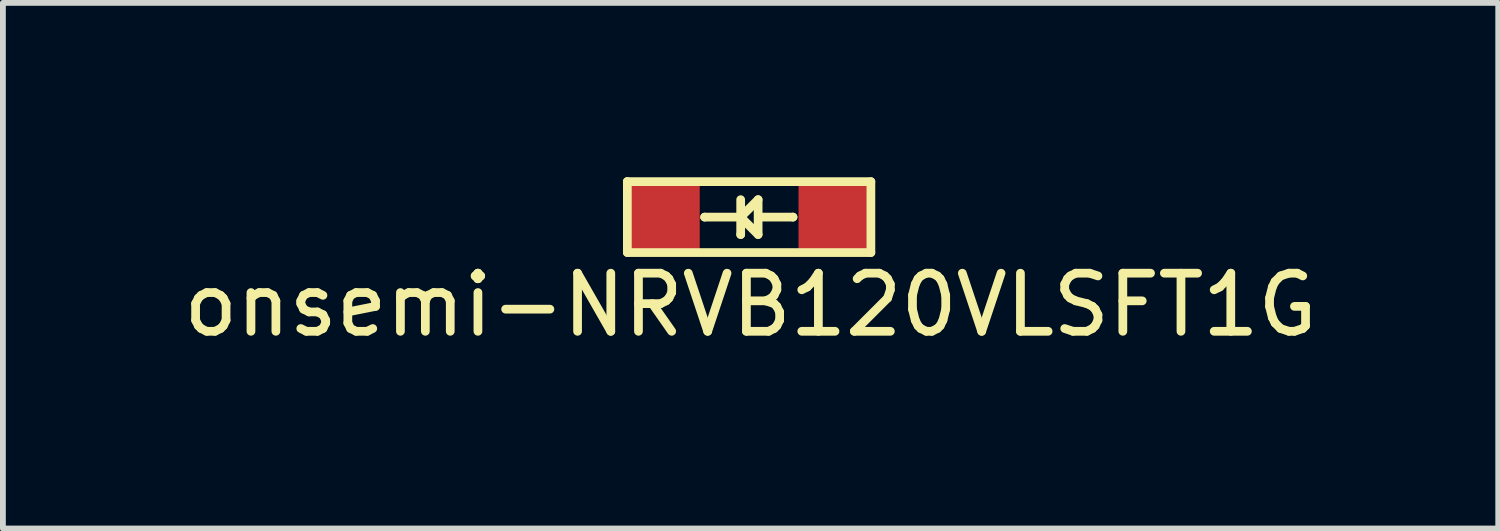
<source format=kicad_pcb>
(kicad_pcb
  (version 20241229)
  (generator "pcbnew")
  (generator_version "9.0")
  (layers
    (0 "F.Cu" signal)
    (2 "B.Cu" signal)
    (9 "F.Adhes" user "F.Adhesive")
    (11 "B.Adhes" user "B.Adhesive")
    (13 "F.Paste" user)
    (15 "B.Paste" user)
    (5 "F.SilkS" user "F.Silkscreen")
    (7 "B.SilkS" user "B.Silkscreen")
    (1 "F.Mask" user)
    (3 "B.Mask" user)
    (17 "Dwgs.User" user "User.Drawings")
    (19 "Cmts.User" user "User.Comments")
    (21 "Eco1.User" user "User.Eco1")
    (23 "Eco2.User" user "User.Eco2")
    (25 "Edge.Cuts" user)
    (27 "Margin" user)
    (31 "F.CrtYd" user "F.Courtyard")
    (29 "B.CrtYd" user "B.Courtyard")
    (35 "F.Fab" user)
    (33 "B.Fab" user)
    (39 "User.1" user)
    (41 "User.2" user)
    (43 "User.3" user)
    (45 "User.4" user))
  (footprint "onsemi-NRVB120VLSFT1G"
    (layer "F.Cu")
    (at 9.843 0.685)
    (property "Reference" "onsemi-NRVB120VLSFT1G" (at 0.02 1.51 0) (layer "F.SilkS") (effects (font (size 1 1) (thickness 0.15))))
    (attr through_hole)
    (fp_line (start -2.1 -0.61) (end -2.1 -0.61) (stroke (width 0.15) (type solid)) (layer "F.SilkS"))
    (fp_line (start -2.1 -0.61) (end 2.09 -0.61) (stroke (width 0.15) (type solid)) (layer "F.SilkS"))
    (fp_line (start -2.1 0.61) (end -2.1 -0.61) (stroke (width 0.15) (type solid)) (layer "F.SilkS"))
    (fp_line (start -0.77 0) (end -0.77 0) (stroke (width 0.15) (type solid)) (layer "F.SilkS"))
    (fp_line (start -0.17 0) (end -0.77 0) (stroke (width 0.15) (type solid)) (layer "F.SilkS"))
    (fp_line (start -0.15 -0.3) (end -0.15 0.3) (stroke (width 0.15) (type solid)) (layer "F.SilkS"))
    (fp_line (start -0.15 0) (end 0.15 -0.3) (stroke (width 0.15) (type solid)) (layer "F.SilkS"))
    (fp_line (start -0.15 0.3) (end -0.15 0.3) (stroke (width 0.15) (type solid)) (layer "F.SilkS"))
    (fp_line (start -0.14 0.01) (end -0.14 0.01) (stroke (width 0.15) (type solid)) (layer "F.SilkS"))
    (fp_line (start 0.15 -0.3) (end 0.15 0.3) (stroke (width 0.15) (type solid)) (layer "F.SilkS"))
    (fp_line (start 0.15 0.3) (end -0.14 0.01) (stroke (width 0.15) (type solid)) (layer "F.SilkS"))
    (fp_line (start 0.2 0) (end 0.75 0) (stroke (width 0.15) (type solid)) (layer "F.SilkS"))
    (fp_line (start 0.75 0) (end 0.75 0) (stroke (width 0.15) (type solid)) (layer "F.SilkS"))
    (fp_line (start 2.09 -0.61) (end 2.09 0.61) (stroke (width 0.15) (type solid)) (layer "F.SilkS"))
    (fp_line (start 2.09 0.61) (end -2.1 0.61) (stroke (width 0.15) (type solid)) (layer "F.SilkS"))
    (pad "1" smd rect (at -1.48 0) (size 1.25 1.22) (layers "F.Cu" "F.Mask" "F.Paste"))
    (pad "2" smd rect (at 1.47 0) (size 1.25 1.22) (layers "F.Cu" "F.Mask" "F.Paste")))
  (gr_rect
    (start -3 -3)
    (end 22.726 6.043)
    (stroke (width 0.1) (type default))
    (fill no)
    (layer "Edge.Cuts")))
</source>
